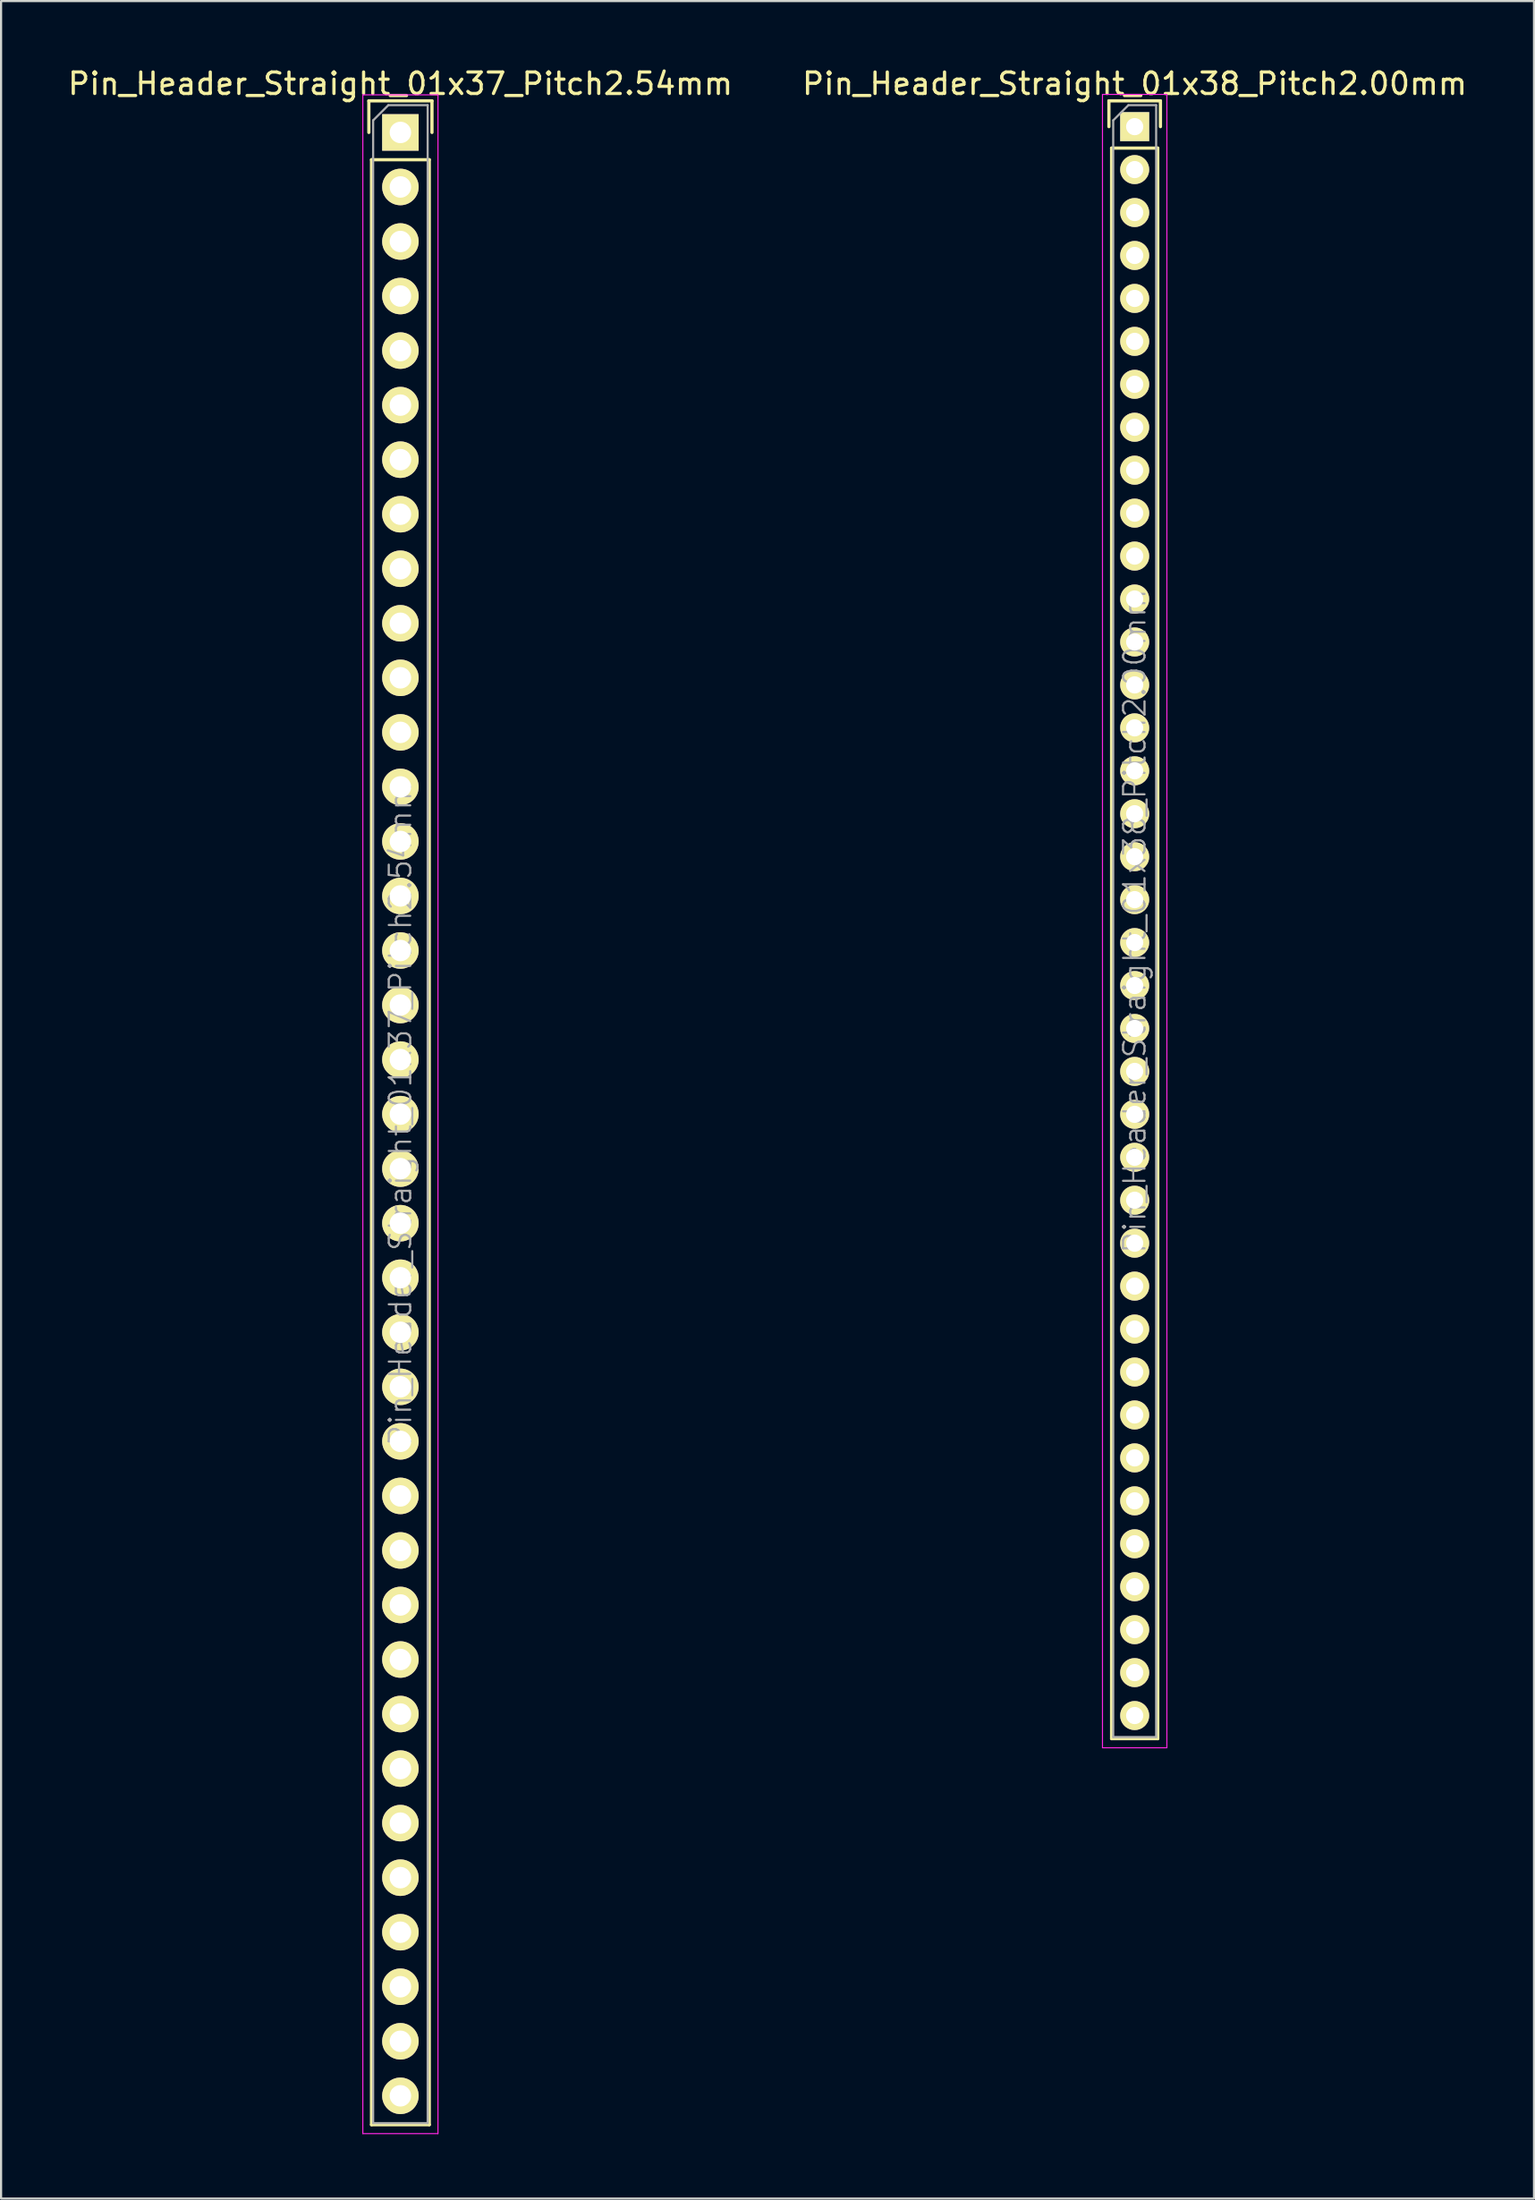
<source format=kicad_pcb>
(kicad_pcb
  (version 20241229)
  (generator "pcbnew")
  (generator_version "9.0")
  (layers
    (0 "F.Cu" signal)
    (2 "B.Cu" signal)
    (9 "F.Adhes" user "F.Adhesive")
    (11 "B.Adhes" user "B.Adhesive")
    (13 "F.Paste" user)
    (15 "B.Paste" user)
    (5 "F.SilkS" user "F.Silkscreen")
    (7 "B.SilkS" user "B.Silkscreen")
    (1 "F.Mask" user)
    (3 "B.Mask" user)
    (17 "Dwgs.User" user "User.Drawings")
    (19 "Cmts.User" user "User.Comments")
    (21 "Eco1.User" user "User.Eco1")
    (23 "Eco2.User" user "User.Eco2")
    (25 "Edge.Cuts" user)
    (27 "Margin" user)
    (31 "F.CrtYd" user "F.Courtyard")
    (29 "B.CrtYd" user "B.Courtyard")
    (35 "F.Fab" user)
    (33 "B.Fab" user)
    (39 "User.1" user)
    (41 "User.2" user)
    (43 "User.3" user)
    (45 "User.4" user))
  (footprint "Pin_Header_Straight_01x37_Pitch2.54mm"
    (layer "F.Cu")
    (at 15.601 3.118)
    (property "Reference" "Pin_Header_Straight_01x37_Pitch2.54mm" (at 0 -2.27 0) (layer "F.SilkS") (effects (font (size 1 1) (thickness 0.15))))
    (attr smd)
    (fp_line (start -1.47 -1.47) (end -1.47 0) (stroke (width 0.15) (type solid)) (layer "F.SilkS"))
    (fp_line (start -1.47 -1.47) (end 1.47 -1.47) (stroke (width 0.15) (type solid)) (layer "F.SilkS"))
    (fp_line (start -1.345 1.27) (end -1.345 92.785) (stroke (width 0.15) (type solid)) (layer "F.SilkS"))
    (fp_line (start -1.345 1.27) (end 1.345 1.27) (stroke (width 0.15) (type solid)) (layer "F.SilkS"))
    (fp_line (start -1.345 92.785) (end 1.345 92.785) (stroke (width 0.15) (type solid)) (layer "F.SilkS"))
    (fp_line (start 1.345 1.27) (end 1.345 92.785) (stroke (width 0.15) (type solid)) (layer "F.SilkS"))
    (fp_line (start 1.47 -1.47) (end 1.47 0) (stroke (width 0.15) (type solid)) (layer "F.SilkS"))
    (fp_line (start -1.75 -1.75) (end -1.75 93.2) (stroke (width 0.05) (type solid)) (layer "F.CrtYd"))
    (fp_line (start 1.75 -1.75) (end -1.75 -1.75) (stroke (width 0.05) (type solid)) (layer "F.CrtYd"))
    (fp_line (start 1.75 -1.75) (end 1.75 93.2) (stroke (width 0.05) (type solid)) (layer "F.CrtYd"))
    (fp_line (start 1.75 93.2) (end -1.75 93.2) (stroke (width 0.05) (type solid)) (layer "F.CrtYd"))
    (fp_line (start -1.27 -0.563) (end -0.563 -1.27) (stroke (width 0.1) (type solid)) (layer "F.Fab"))
    (fp_line (start -1.27 92.71) (end -1.27 -0.563) (stroke (width 0.1) (type solid)) (layer "F.Fab"))
    (fp_line (start 1.27 -1.27) (end -0.563 -1.27) (stroke (width 0.1) (type solid)) (layer "F.Fab"))
    (fp_line (start 1.27 92.71) (end -1.27 92.71) (stroke (width 0.1) (type solid)) (layer "F.Fab"))
    (fp_line (start 1.27 92.71) (end 1.27 -1.27) (stroke (width 0.1) (type solid)) (layer "F.Fab"))
    (fp_text user "${REFERENCE}" (at 0 45.72 90) (layer "F.Fab") (effects (font (size 1 1) (thickness 0.1))))
    (pad "1" thru_hole rect (at 0 0) (size 1.7 1.7) (drill 1) (layers "*.Cu" "*.Mask" "F.SilkS"))
    (pad "2" thru_hole oval (at 0 2.54) (size 1.7 1.7) (drill 1) (layers "*.Cu" "*.Mask" "F.SilkS"))
    (pad "3" thru_hole oval (at 0 5.08) (size 1.7 1.7) (drill 1) (layers "*.Cu" "*.Mask" "F.SilkS"))
    (pad "4" thru_hole oval (at 0 7.62) (size 1.7 1.7) (drill 1) (layers "*.Cu" "*.Mask" "F.SilkS"))
    (pad "5" thru_hole oval (at 0 10.16) (size 1.7 1.7) (drill 1) (layers "*.Cu" "*.Mask" "F.SilkS"))
    (pad "6" thru_hole oval (at 0 12.7) (size 1.7 1.7) (drill 1) (layers "*.Cu" "*.Mask" "F.SilkS"))
    (pad "7" thru_hole oval (at 0 15.24) (size 1.7 1.7) (drill 1) (layers "*.Cu" "*.Mask" "F.SilkS"))
    (pad "8" thru_hole oval (at 0 17.78) (size 1.7 1.7) (drill 1) (layers "*.Cu" "*.Mask" "F.SilkS"))
    (pad "9" thru_hole oval (at 0 20.32) (size 1.7 1.7) (drill 1) (layers "*.Cu" "*.Mask" "F.SilkS"))
    (pad "10" thru_hole oval (at 0 22.86) (size 1.7 1.7) (drill 1) (layers "*.Cu" "*.Mask" "F.SilkS"))
    (pad "11" thru_hole oval (at 0 25.4) (size 1.7 1.7) (drill 1) (layers "*.Cu" "*.Mask" "F.SilkS"))
    (pad "12" thru_hole oval (at 0 27.94) (size 1.7 1.7) (drill 1) (layers "*.Cu" "*.Mask" "F.SilkS"))
    (pad "13" thru_hole oval (at 0 30.48) (size 1.7 1.7) (drill 1) (layers "*.Cu" "*.Mask" "F.SilkS"))
    (pad "14" thru_hole oval (at 0 33.02) (size 1.7 1.7) (drill 1) (layers "*.Cu" "*.Mask" "F.SilkS"))
    (pad "15" thru_hole oval (at 0 35.56) (size 1.7 1.7) (drill 1) (layers "*.Cu" "*.Mask" "F.SilkS"))
    (pad "16" thru_hole oval (at 0 38.1) (size 1.7 1.7) (drill 1) (layers "*.Cu" "*.Mask" "F.SilkS"))
    (pad "17" thru_hole oval (at 0 40.64) (size 1.7 1.7) (drill 1) (layers "*.Cu" "*.Mask" "F.SilkS"))
    (pad "18" thru_hole oval (at 0 43.18) (size 1.7 1.7) (drill 1) (layers "*.Cu" "*.Mask" "F.SilkS"))
    (pad "19" thru_hole oval (at 0 45.72) (size 1.7 1.7) (drill 1) (layers "*.Cu" "*.Mask" "F.SilkS"))
    (pad "20" thru_hole oval (at 0 48.26) (size 1.7 1.7) (drill 1) (layers "*.Cu" "*.Mask" "F.SilkS"))
    (pad "21" thru_hole oval (at 0 50.8) (size 1.7 1.7) (drill 1) (layers "*.Cu" "*.Mask" "F.SilkS"))
    (pad "22" thru_hole oval (at 0 53.34) (size 1.7 1.7) (drill 1) (layers "*.Cu" "*.Mask" "F.SilkS"))
    (pad "23" thru_hole oval (at 0 55.88) (size 1.7 1.7) (drill 1) (layers "*.Cu" "*.Mask" "F.SilkS"))
    (pad "24" thru_hole oval (at 0 58.42) (size 1.7 1.7) (drill 1) (layers "*.Cu" "*.Mask" "F.SilkS"))
    (pad "25" thru_hole oval (at 0 60.96) (size 1.7 1.7) (drill 1) (layers "*.Cu" "*.Mask" "F.SilkS"))
    (pad "26" thru_hole oval (at 0 63.5) (size 1.7 1.7) (drill 1) (layers "*.Cu" "*.Mask" "F.SilkS"))
    (pad "27" thru_hole oval (at 0 66.04) (size 1.7 1.7) (drill 1) (layers "*.Cu" "*.Mask" "F.SilkS"))
    (pad "28" thru_hole oval (at 0 68.58) (size 1.7 1.7) (drill 1) (layers "*.Cu" "*.Mask" "F.SilkS"))
    (pad "29" thru_hole oval (at 0 71.12) (size 1.7 1.7) (drill 1) (layers "*.Cu" "*.Mask" "F.SilkS"))
    (pad "30" thru_hole oval (at 0 73.66) (size 1.7 1.7) (drill 1) (layers "*.Cu" "*.Mask" "F.SilkS"))
    (pad "31" thru_hole oval (at 0 76.2) (size 1.7 1.7) (drill 1) (layers "*.Cu" "*.Mask" "F.SilkS"))
    (pad "32" thru_hole oval (at 0 78.74) (size 1.7 1.7) (drill 1) (layers "*.Cu" "*.Mask" "F.SilkS"))
    (pad "33" thru_hole oval (at 0 81.28) (size 1.7 1.7) (drill 1) (layers "*.Cu" "*.Mask" "F.SilkS"))
    (pad "34" thru_hole oval (at 0 83.82) (size 1.7 1.7) (drill 1) (layers "*.Cu" "*.Mask" "F.SilkS"))
    (pad "35" thru_hole oval (at 0 86.36) (size 1.7 1.7) (drill 1) (layers "*.Cu" "*.Mask" "F.SilkS"))
    (pad "36" thru_hole oval (at 0 88.9) (size 1.7 1.7) (drill 1) (layers "*.Cu" "*.Mask" "F.SilkS"))
    (pad "37" thru_hole oval (at 0 91.44) (size 1.7 1.7) (drill 1) (layers "*.Cu" "*.Mask" "F.SilkS")))
  (footprint "Pin_Header_Straight_01x38_Pitch2.00mm"
    (layer "F.Cu")
    (at 49.804 2.848)
    (property "Reference" "Pin_Header_Straight_01x38_Pitch2.00mm" (at 0 -2 0) (layer "F.SilkS") (effects (font (size 1 1) (thickness 0.15))))
    (attr smd)
    (fp_line (start -1.2 -1.2) (end -1.2 0) (stroke (width 0.15) (type solid)) (layer "F.SilkS"))
    (fp_line (start -1.2 -1.2) (end 1.2 -1.2) (stroke (width 0.15) (type solid)) (layer "F.SilkS"))
    (fp_line (start -1.075 1) (end -1.075 75.075) (stroke (width 0.15) (type solid)) (layer "F.SilkS"))
    (fp_line (start -1.075 1) (end 1.075 1) (stroke (width 0.15) (type solid)) (layer "F.SilkS"))
    (fp_line (start -1.075 75.075) (end 1.075 75.075) (stroke (width 0.15) (type solid)) (layer "F.SilkS"))
    (fp_line (start 1.075 1) (end 1.075 75.075) (stroke (width 0.15) (type solid)) (layer "F.SilkS"))
    (fp_line (start 1.2 -1.2) (end 1.2 0) (stroke (width 0.15) (type solid)) (layer "F.SilkS"))
    (fp_line (start -1.5 -1.5) (end -1.5 75.5) (stroke (width 0.05) (type solid)) (layer "F.CrtYd"))
    (fp_line (start 1.5 -1.5) (end -1.5 -1.5) (stroke (width 0.05) (type solid)) (layer "F.CrtYd"))
    (fp_line (start 1.5 -1.5) (end 1.5 75.5) (stroke (width 0.05) (type solid)) (layer "F.CrtYd"))
    (fp_line (start 1.5 75.5) (end -1.5 75.5) (stroke (width 0.05) (type solid)) (layer "F.CrtYd"))
    (fp_line (start -1 -0.293) (end -0.293 -1) (stroke (width 0.1) (type solid)) (layer "F.Fab"))
    (fp_line (start -1 75) (end -1 -0.293) (stroke (width 0.1) (type solid)) (layer "F.Fab"))
    (fp_line (start 1 -1) (end -0.293 -1) (stroke (width 0.1) (type solid)) (layer "F.Fab"))
    (fp_line (start 1 75) (end -1 75) (stroke (width 0.1) (type solid)) (layer "F.Fab"))
    (fp_line (start 1 75) (end 1 -1) (stroke (width 0.1) (type solid)) (layer "F.Fab"))
    (fp_text user "${REFERENCE}" (at 0 37 90) (layer "F.Fab") (effects (font (size 1 1) (thickness 0.1))))
    (pad "1" thru_hole rect (at 0 0) (size 1.35 1.35) (drill 0.8) (layers "*.Cu" "*.Mask" "F.SilkS"))
    (pad "2" thru_hole oval (at 0 2) (size 1.35 1.35) (drill 0.8) (layers "*.Cu" "*.Mask" "F.SilkS"))
    (pad "3" thru_hole oval (at 0 4) (size 1.35 1.35) (drill 0.8) (layers "*.Cu" "*.Mask" "F.SilkS"))
    (pad "4" thru_hole oval (at 0 6) (size 1.35 1.35) (drill 0.8) (layers "*.Cu" "*.Mask" "F.SilkS"))
    (pad "5" thru_hole oval (at 0 8) (size 1.35 1.35) (drill 0.8) (layers "*.Cu" "*.Mask" "F.SilkS"))
    (pad "6" thru_hole oval (at 0 10) (size 1.35 1.35) (drill 0.8) (layers "*.Cu" "*.Mask" "F.SilkS"))
    (pad "7" thru_hole oval (at 0 12) (size 1.35 1.35) (drill 0.8) (layers "*.Cu" "*.Mask" "F.SilkS"))
    (pad "8" thru_hole oval (at 0 14) (size 1.35 1.35) (drill 0.8) (layers "*.Cu" "*.Mask" "F.SilkS"))
    (pad "9" thru_hole oval (at 0 16) (size 1.35 1.35) (drill 0.8) (layers "*.Cu" "*.Mask" "F.SilkS"))
    (pad "10" thru_hole oval (at 0 18) (size 1.35 1.35) (drill 0.8) (layers "*.Cu" "*.Mask" "F.SilkS"))
    (pad "11" thru_hole oval (at 0 20) (size 1.35 1.35) (drill 0.8) (layers "*.Cu" "*.Mask" "F.SilkS"))
    (pad "12" thru_hole oval (at 0 22) (size 1.35 1.35) (drill 0.8) (layers "*.Cu" "*.Mask" "F.SilkS"))
    (pad "13" thru_hole oval (at 0 24) (size 1.35 1.35) (drill 0.8) (layers "*.Cu" "*.Mask" "F.SilkS"))
    (pad "14" thru_hole oval (at 0 26) (size 1.35 1.35) (drill 0.8) (layers "*.Cu" "*.Mask" "F.SilkS"))
    (pad "15" thru_hole oval (at 0 28) (size 1.35 1.35) (drill 0.8) (layers "*.Cu" "*.Mask" "F.SilkS"))
    (pad "16" thru_hole oval (at 0 30) (size 1.35 1.35) (drill 0.8) (layers "*.Cu" "*.Mask" "F.SilkS"))
    (pad "17" thru_hole oval (at 0 32) (size 1.35 1.35) (drill 0.8) (layers "*.Cu" "*.Mask" "F.SilkS"))
    (pad "18" thru_hole oval (at 0 34) (size 1.35 1.35) (drill 0.8) (layers "*.Cu" "*.Mask" "F.SilkS"))
    (pad "19" thru_hole oval (at 0 36) (size 1.35 1.35) (drill 0.8) (layers "*.Cu" "*.Mask" "F.SilkS"))
    (pad "20" thru_hole oval (at 0 38) (size 1.35 1.35) (drill 0.8) (layers "*.Cu" "*.Mask" "F.SilkS"))
    (pad "21" thru_hole oval (at 0 40) (size 1.35 1.35) (drill 0.8) (layers "*.Cu" "*.Mask" "F.SilkS"))
    (pad "22" thru_hole oval (at 0 42) (size 1.35 1.35) (drill 0.8) (layers "*.Cu" "*.Mask" "F.SilkS"))
    (pad "23" thru_hole oval (at 0 44) (size 1.35 1.35) (drill 0.8) (layers "*.Cu" "*.Mask" "F.SilkS"))
    (pad "24" thru_hole oval (at 0 46) (size 1.35 1.35) (drill 0.8) (layers "*.Cu" "*.Mask" "F.SilkS"))
    (pad "25" thru_hole oval (at 0 48) (size 1.35 1.35) (drill 0.8) (layers "*.Cu" "*.Mask" "F.SilkS"))
    (pad "26" thru_hole oval (at 0 50) (size 1.35 1.35) (drill 0.8) (layers "*.Cu" "*.Mask" "F.SilkS"))
    (pad "27" thru_hole oval (at 0 52) (size 1.35 1.35) (drill 0.8) (layers "*.Cu" "*.Mask" "F.SilkS"))
    (pad "28" thru_hole oval (at 0 54) (size 1.35 1.35) (drill 0.8) (layers "*.Cu" "*.Mask" "F.SilkS"))
    (pad "29" thru_hole oval (at 0 56) (size 1.35 1.35) (drill 0.8) (layers "*.Cu" "*.Mask" "F.SilkS"))
    (pad "30" thru_hole oval (at 0 58) (size 1.35 1.35) (drill 0.8) (layers "*.Cu" "*.Mask" "F.SilkS"))
    (pad "31" thru_hole oval (at 0 60) (size 1.35 1.35) (drill 0.8) (layers "*.Cu" "*.Mask" "F.SilkS"))
    (pad "32" thru_hole oval (at 0 62) (size 1.35 1.35) (drill 0.8) (layers "*.Cu" "*.Mask" "F.SilkS"))
    (pad "33" thru_hole oval (at 0 64) (size 1.35 1.35) (drill 0.8) (layers "*.Cu" "*.Mask" "F.SilkS"))
    (pad "34" thru_hole oval (at 0 66) (size 1.35 1.35) (drill 0.8) (layers "*.Cu" "*.Mask" "F.SilkS"))
    (pad "35" thru_hole oval (at 0 68) (size 1.35 1.35) (drill 0.8) (layers "*.Cu" "*.Mask" "F.SilkS"))
    (pad "36" thru_hole oval (at 0 70) (size 1.35 1.35) (drill 0.8) (layers "*.Cu" "*.Mask" "F.SilkS"))
    (pad "37" thru_hole oval (at 0 72) (size 1.35 1.35) (drill 0.8) (layers "*.Cu" "*.Mask" "F.SilkS"))
    (pad "38" thru_hole oval (at 0 74) (size 1.35 1.35) (drill 0.8) (layers "*.Cu" "*.Mask" "F.SilkS")))
  (gr_rect
    (start -3 -3)
    (end 68.405 99.343)
    (stroke (width 0.1) (type default))
    (fill no)
    (layer "Edge.Cuts")))
</source>
